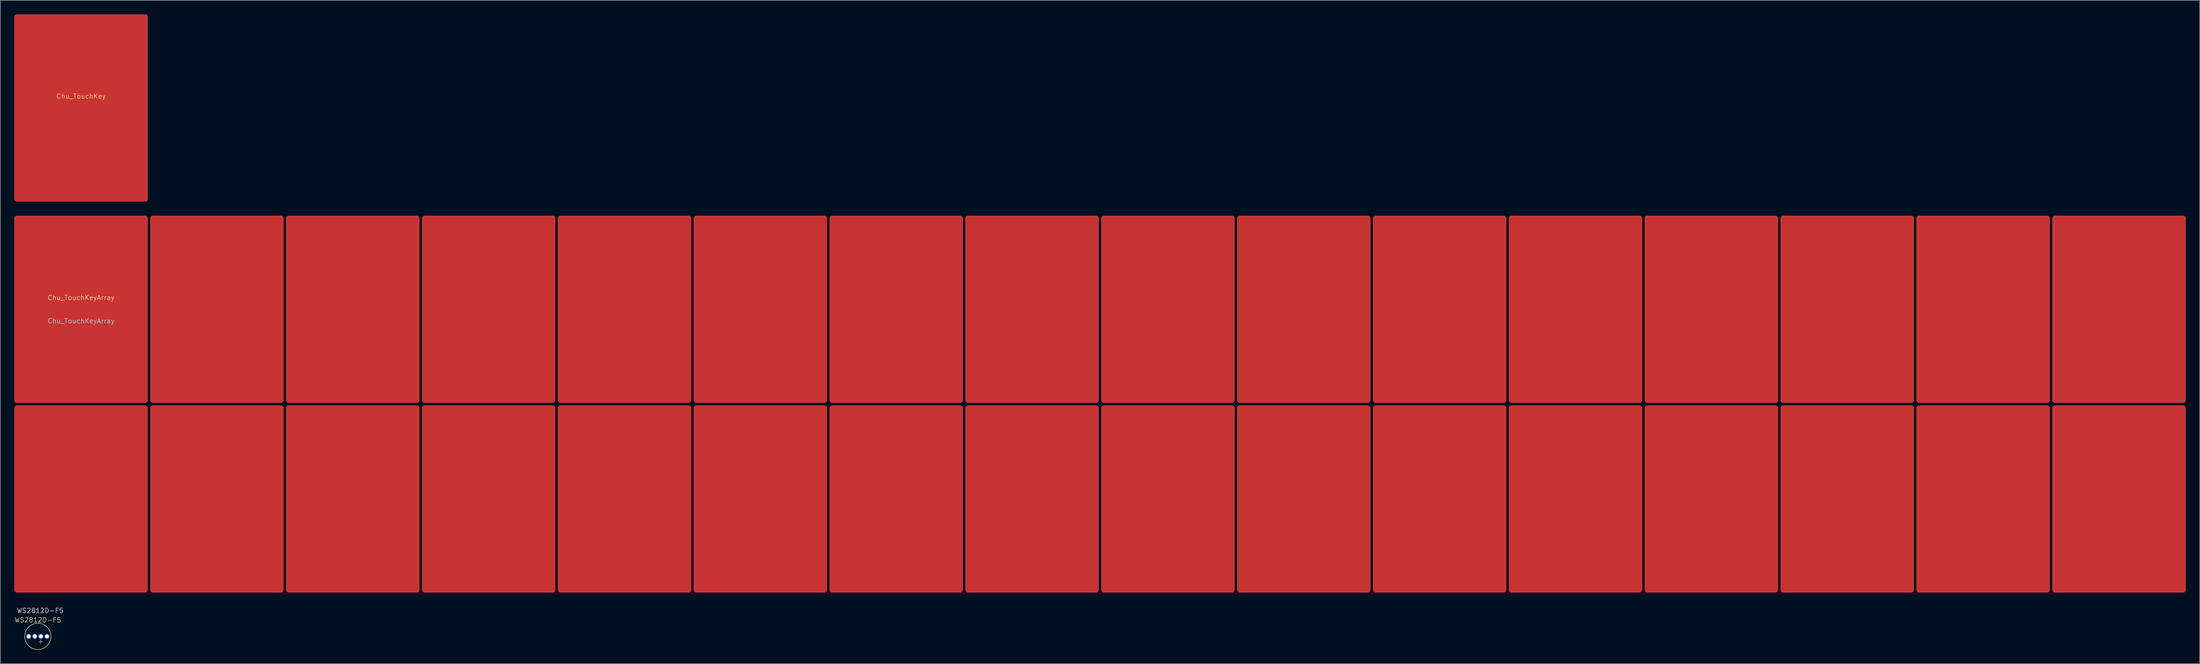
<source format=kicad_pcb>
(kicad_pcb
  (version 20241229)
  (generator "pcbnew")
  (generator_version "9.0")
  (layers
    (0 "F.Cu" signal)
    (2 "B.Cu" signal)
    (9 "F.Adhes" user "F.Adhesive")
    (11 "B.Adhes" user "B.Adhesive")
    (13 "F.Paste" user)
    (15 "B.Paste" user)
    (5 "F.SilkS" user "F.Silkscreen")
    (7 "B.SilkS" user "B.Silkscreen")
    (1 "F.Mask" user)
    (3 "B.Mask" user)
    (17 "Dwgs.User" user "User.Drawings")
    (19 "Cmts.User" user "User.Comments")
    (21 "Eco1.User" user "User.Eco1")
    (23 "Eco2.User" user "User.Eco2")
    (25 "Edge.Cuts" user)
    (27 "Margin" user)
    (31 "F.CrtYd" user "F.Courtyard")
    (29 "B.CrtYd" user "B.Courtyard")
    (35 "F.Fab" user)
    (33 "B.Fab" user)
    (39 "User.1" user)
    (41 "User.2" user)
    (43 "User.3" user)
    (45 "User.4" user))
  (footprint "Chu_TouchKey"
    (layer "F.Cu")
    (at 14.25 20)
    (property "Reference" "Chu_TouchKey" (at 0 -2.5 0) (unlocked yes) (layer "F.SilkS") (effects (font (size 1 1) (thickness 0.1))))
    (pad "1" smd roundrect (at 0 0) (size 28.5 40) (layers "F.Cu") (roundrect_rratio 0.02)))
  (footprint "WS2812D-F5"
    (layer "F.Cu")
    (at 5.026 132.848)
    (property "Reference" "WS2812D-F5" (at 0 -3.5 0) (unlocked yes) (layer "F.SilkS") (effects (font (size 1 1) (thickness 0.1))))
    (attr through_hole)
    (fp_circle (center 0 0) (end 2.8 0) (stroke (width 0.1) (type default)) (fill no) (layer "F.SilkS"))
    (fp_text user "+" (at 1.136 0.472 90) (unlocked yes) (layer "B.SilkS") (effects (font (size 1 1) (thickness 0.1)) (justify left bottom mirror)))
    (fp_text user "${REFERENCE}" (at 0.5 -5.5 0) (unlocked yes) (layer "F.Fab") (effects (font (size 1 1) (thickness 0.15))))
    (pad "G" thru_hole circle (at -0.65 0) (size 1.1 1.1) (drill 0.762) (layers "*.Cu" "*.Mask"))
    (pad "I" thru_hole circle (at -1.95 0) (size 1.1 1.1) (drill 0.762) (layers "*.Cu" "*.Mask"))
    (pad "O" thru_hole circle (at 1.95 0) (size 1.1 1.1) (drill 0.762) (layers "*.Cu" "*.Mask"))
    (pad "V" thru_hole circle (at 0.65 0) (size 1.1 1.1) (drill 0.762) (layers "*.Cu" "*.Mask")))
  (footprint "Chu_TouchKeyArray"
    (layer "F.Cu")
    (at 14.25 63)
    (property "Reference" "Chu_TouchKeyArray" (at 0 -2.5 0) (unlocked yes) (layer "F.SilkS") (effects (font (size 1 1) (thickness 0.1))))
    (fp_text user "${REFERENCE}" (at 0 2.5 0) (unlocked yes) (layer "F.Fab") (effects (font (size 1 1) (thickness 0.15))))
    (pad "1" smd roundrect (at 0 0) (size 28.5 40) (layers "F.Cu") (roundrect_rratio 0.02))
    (pad "2" smd roundrect (at 29 0) (size 28.5 40) (layers "F.Cu") (roundrect_rratio 0.02))
    (pad "3" smd roundrect (at 58 0) (size 28.5 40) (layers "F.Cu") (roundrect_rratio 0.02))
    (pad "4" smd roundrect (at 87 0) (size 28.5 40) (layers "F.Cu") (roundrect_rratio 0.02))
    (pad "5" smd roundrect (at 116 0) (size 28.5 40) (layers "F.Cu") (roundrect_rratio 0.02))
    (pad "6" smd roundrect (at 145 0) (size 28.5 40) (layers "F.Cu") (roundrect_rratio 0.02))
    (pad "7" smd roundrect (at 174 0) (size 28.5 40) (layers "F.Cu") (roundrect_rratio 0.02))
    (pad "8" smd roundrect (at 203 0) (size 28.5 40) (layers "F.Cu") (roundrect_rratio 0.02))
    (pad "9" smd roundrect (at 232 0) (size 28.5 40) (layers "F.Cu") (roundrect_rratio 0.02))
    (pad "10" smd roundrect (at 261 0) (size 28.5 40) (layers "F.Cu") (roundrect_rratio 0.02))
    (pad "11" smd roundrect (at 290 0) (size 28.5 40) (layers "F.Cu") (roundrect_rratio 0.02))
    (pad "12" smd roundrect (at 319 0) (size 28.5 40) (layers "F.Cu") (roundrect_rratio 0.02))
    (pad "13" smd roundrect (at 348 0) (size 28.5 40) (layers "F.Cu") (roundrect_rratio 0.02))
    (pad "14" smd roundrect (at 377 0) (size 28.5 40) (layers "F.Cu") (roundrect_rratio 0.02))
    (pad "15" smd roundrect (at 406 0) (size 28.5 40) (layers "F.Cu") (roundrect_rratio 0.02))
    (pad "16" smd roundrect (at 435 0) (size 28.5 40) (layers "F.Cu") (roundrect_rratio 0.02))
    (pad "17" smd roundrect (at 0 40.5) (size 28.5 40) (layers "F.Cu") (roundrect_rratio 0.02))
    (pad "18" smd roundrect (at 29 40.5) (size 28.5 40) (layers "F.Cu") (roundrect_rratio 0.02))
    (pad "19" smd roundrect (at 58 40.5) (size 28.5 40) (layers "F.Cu") (roundrect_rratio 0.02))
    (pad "20" smd roundrect (at 87 40.5) (size 28.5 40) (layers "F.Cu") (roundrect_rratio 0.02))
    (pad "21" smd roundrect (at 116 40.5) (size 28.5 40) (layers "F.Cu") (roundrect_rratio 0.02))
    (pad "22" smd roundrect (at 145 40.5) (size 28.5 40) (layers "F.Cu") (roundrect_rratio 0.02))
    (pad "23" smd roundrect (at 174 40.5) (size 28.5 40) (layers "F.Cu") (roundrect_rratio 0.02))
    (pad "24" smd roundrect (at 203 40.5) (size 28.5 40) (layers "F.Cu") (roundrect_rratio 0.02))
    (pad "25" smd roundrect (at 232 40.5) (size 28.5 40) (layers "F.Cu") (roundrect_rratio 0.02))
    (pad "26" smd roundrect (at 261 40.5) (size 28.5 40) (layers "F.Cu") (roundrect_rratio 0.02))
    (pad "27" smd roundrect (at 290 40.5) (size 28.5 40) (layers "F.Cu") (roundrect_rratio 0.02))
    (pad "28" smd roundrect (at 319 40.5) (size 28.5 40) (layers "F.Cu") (roundrect_rratio 0.02))
    (pad "29" smd roundrect (at 348 40.5) (size 28.5 40) (layers "F.Cu") (roundrect_rratio 0.02))
    (pad "30" smd roundrect (at 377 40.5) (size 28.5 40) (layers "F.Cu") (roundrect_rratio 0.02))
    (pad "31" smd roundrect (at 406 40.5) (size 28.5 40) (layers "F.Cu") (roundrect_rratio 0.02))
    (pad "32" smd roundrect (at 435 40.5) (size 28.5 40) (layers "F.Cu") (roundrect_rratio 0.02)))
  (gr_rect
    (start -3 -3)
    (end 466.5 138.698)
    (stroke (width 0.1) (type default))
    (fill no)
    (layer "Edge.Cuts")))
</source>
